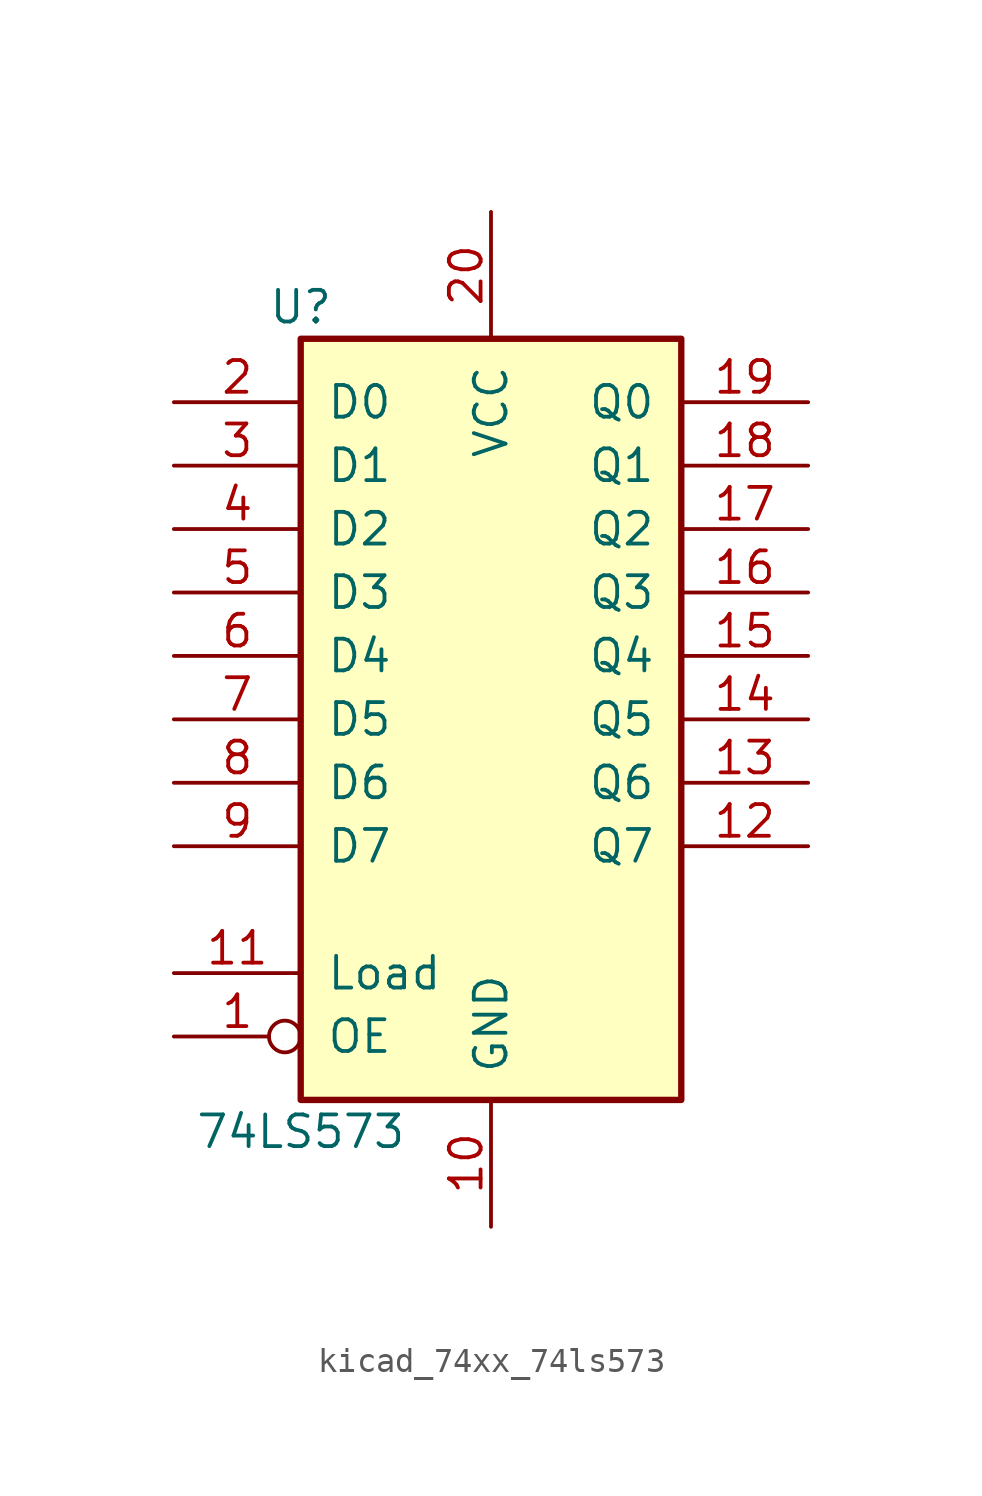
<source format=kicad_sym>
(kicad_symbol_lib
  (version 20220914)
  (generator kicad_symbol_editor)
  (symbol "kicad_74xx_74ls573"
    (pin_names
      (offset 1.016))
    (property "Reference" "U"
      (at -7.62 16.51 0)
      (effects (font (size 1.27 1.27))))
    (property "Value" "74LS573"
      (at -7.62 -16.51 0)
      (effects (font (size 1.27 1.27))))
    (property "ki_locked" ""
      (at 0 0 0)
      (effects (font (size 1.27 1.27))))
    (symbol "kicad_74xx_74ls573_1_0"
      (pin input inverted (at -12.7 -12.7 0) (length 5.08) (name "OE" (effects (font (size 1.27 1.27)))) (number "1" (effects (font (size 1.27 1.27)))))
      (pin power_in line (at 0 -20.32 90) (length 5.08) (name "GND" (effects (font (size 1.27 1.27)))) (number "10" (effects (font (size 1.27 1.27)))))
      (pin input line (at -12.7 -10.16 0) (length 5.08) (name "Load" (effects (font (size 1.27 1.27)))) (number "11" (effects (font (size 1.27 1.27)))))
      (pin tri_state line (at 12.7 -5.08 180) (length 5.08) (name "Q7" (effects (font (size 1.27 1.27)))) (number "12" (effects (font (size 1.27 1.27)))))
      (pin tri_state line (at 12.7 -2.54 180) (length 5.08) (name "Q6" (effects (font (size 1.27 1.27)))) (number "13" (effects (font (size 1.27 1.27)))))
      (pin tri_state line (at 12.7 0 180) (length 5.08) (name "Q5" (effects (font (size 1.27 1.27)))) (number "14" (effects (font (size 1.27 1.27)))))
      (pin tri_state line (at 12.7 2.54 180) (length 5.08) (name "Q4" (effects (font (size 1.27 1.27)))) (number "15" (effects (font (size 1.27 1.27)))))
      (pin tri_state line (at 12.7 5.08 180) (length 5.08) (name "Q3" (effects (font (size 1.27 1.27)))) (number "16" (effects (font (size 1.27 1.27)))))
      (pin tri_state line (at 12.7 7.62 180) (length 5.08) (name "Q2" (effects (font (size 1.27 1.27)))) (number "17" (effects (font (size 1.27 1.27)))))
      (pin tri_state line (at 12.7 10.16 180) (length 5.08) (name "Q1" (effects (font (size 1.27 1.27)))) (number "18" (effects (font (size 1.27 1.27)))))
      (pin tri_state line (at 12.7 12.7 180) (length 5.08) (name "Q0" (effects (font (size 1.27 1.27)))) (number "19" (effects (font (size 1.27 1.27)))))
      (pin input line (at -12.7 12.7 0) (length 5.08) (name "D0" (effects (font (size 1.27 1.27)))) (number "2" (effects (font (size 1.27 1.27)))))
      (pin power_in line (at 0 20.32 270) (length 5.08) (name "VCC" (effects (font (size 1.27 1.27)))) (number "20" (effects (font (size 1.27 1.27)))))
      (pin input line (at -12.7 10.16 0) (length 5.08) (name "D1" (effects (font (size 1.27 1.27)))) (number "3" (effects (font (size 1.27 1.27)))))
      (pin input line (at -12.7 7.62 0) (length 5.08) (name "D2" (effects (font (size 1.27 1.27)))) (number "4" (effects (font (size 1.27 1.27)))))
      (pin input line (at -12.7 5.08 0) (length 5.08) (name "D3" (effects (font (size 1.27 1.27)))) (number "5" (effects (font (size 1.27 1.27)))))
      (pin input line (at -12.7 2.54 0) (length 5.08) (name "D4" (effects (font (size 1.27 1.27)))) (number "6" (effects (font (size 1.27 1.27)))))
      (pin input line (at -12.7 0 0) (length 5.08) (name "D5" (effects (font (size 1.27 1.27)))) (number "7" (effects (font (size 1.27 1.27)))))
      (pin input line (at -12.7 -2.54 0) (length 5.08) (name "D6" (effects (font (size 1.27 1.27)))) (number "8" (effects (font (size 1.27 1.27)))))
      (pin input line (at -12.7 -5.08 0) (length 5.08) (name "D7" (effects (font (size 1.27 1.27)))) (number "9" (effects (font (size 1.27 1.27))))))
    (symbol "kicad_74xx_74ls573_1_1"
      (rectangle (start -7.62 15.24) (end 7.62 -15.24) (stroke (width 0.254) (type default)) (fill (type background))))))
</source>
